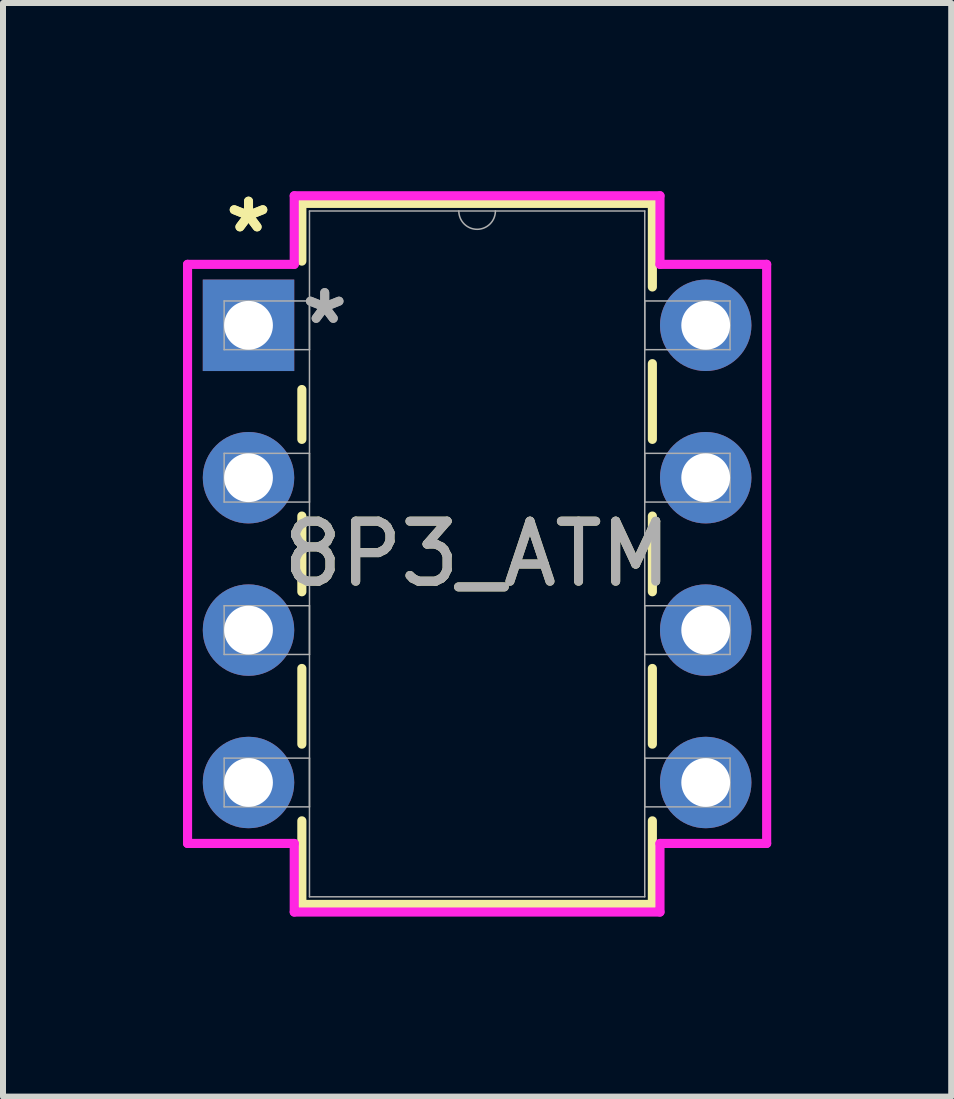
<source format=kicad_pcb>
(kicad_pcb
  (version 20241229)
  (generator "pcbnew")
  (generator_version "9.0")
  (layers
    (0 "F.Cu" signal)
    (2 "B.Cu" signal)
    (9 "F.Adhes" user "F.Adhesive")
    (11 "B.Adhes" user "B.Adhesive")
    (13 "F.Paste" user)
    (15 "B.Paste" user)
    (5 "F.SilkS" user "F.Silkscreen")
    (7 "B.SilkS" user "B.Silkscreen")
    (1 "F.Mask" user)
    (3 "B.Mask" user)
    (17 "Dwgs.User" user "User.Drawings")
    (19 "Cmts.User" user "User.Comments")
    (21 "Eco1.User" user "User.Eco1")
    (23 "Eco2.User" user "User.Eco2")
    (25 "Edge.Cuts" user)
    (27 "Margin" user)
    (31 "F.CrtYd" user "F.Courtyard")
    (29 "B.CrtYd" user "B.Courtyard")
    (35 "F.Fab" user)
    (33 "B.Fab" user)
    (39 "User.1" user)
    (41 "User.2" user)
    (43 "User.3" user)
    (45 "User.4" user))
  (footprint "8P3_ATM"
    (layer "F.Cu")
    (at 1.092 2.372)
    (property "Reference" "8P3_ATM" (at 3.81 3.81 0) (unlocked yes) (layer "F.SilkS") (effects (font (size 1 1) (thickness 0.15))))
    (attr through_hole)
    (fp_line (start 0.889 -2.032) (end 0.889 -1.07) (stroke (width 0.152) (type solid)) (layer "F.SilkS"))
    (fp_line (start 0.889 1.07) (end 0.889 1.901) (stroke (width 0.152) (type solid)) (layer "F.SilkS"))
    (fp_line (start 0.889 3.179) (end 0.889 4.441) (stroke (width 0.152) (type solid)) (layer "F.SilkS"))
    (fp_line (start 0.889 5.719) (end 0.889 6.981) (stroke (width 0.152) (type solid)) (layer "F.SilkS"))
    (fp_line (start 0.889 8.259) (end 0.889 9.652) (stroke (width 0.152) (type solid)) (layer "F.SilkS"))
    (fp_line (start 0.889 9.652) (end 6.731 9.652) (stroke (width 0.152) (type solid)) (layer "F.SilkS"))
    (fp_line (start 6.731 -2.032) (end 0.889 -2.032) (stroke (width 0.152) (type solid)) (layer "F.SilkS"))
    (fp_line (start 6.731 -0.639) (end 6.731 -2.032) (stroke (width 0.152) (type solid)) (layer "F.SilkS"))
    (fp_line (start 6.731 1.901) (end 6.731 0.639) (stroke (width 0.152) (type solid)) (layer "F.SilkS"))
    (fp_line (start 6.731 4.441) (end 6.731 3.179) (stroke (width 0.152) (type solid)) (layer "F.SilkS"))
    (fp_line (start 6.731 6.981) (end 6.731 5.719) (stroke (width 0.152) (type solid)) (layer "F.SilkS"))
    (fp_line (start 6.731 9.652) (end 6.731 8.259) (stroke (width 0.152) (type solid)) (layer "F.SilkS"))
    (fp_line (start -1.016 -1.016) (end 0.762 -1.016) (stroke (width 0.152) (type solid)) (layer "F.CrtYd"))
    (fp_line (start -1.016 8.636) (end -1.016 -1.016) (stroke (width 0.152) (type solid)) (layer "F.CrtYd"))
    (fp_line (start 0.762 -2.159) (end 6.858 -2.159) (stroke (width 0.152) (type solid)) (layer "F.CrtYd"))
    (fp_line (start 0.762 -1.016) (end 0.762 -2.159) (stroke (width 0.152) (type solid)) (layer "F.CrtYd"))
    (fp_line (start 0.762 8.636) (end -1.016 8.636) (stroke (width 0.152) (type solid)) (layer "F.CrtYd"))
    (fp_line (start 0.762 9.779) (end 0.762 8.636) (stroke (width 0.152) (type solid)) (layer "F.CrtYd"))
    (fp_line (start 6.858 -2.159) (end 6.858 -1.016) (stroke (width 0.152) (type solid)) (layer "F.CrtYd"))
    (fp_line (start 6.858 8.636) (end 6.858 9.779) (stroke (width 0.152) (type solid)) (layer "F.CrtYd"))
    (fp_line (start 6.858 9.779) (end 0.762 9.779) (stroke (width 0.152) (type solid)) (layer "F.CrtYd"))
    (fp_line (start 8.636 -1.016) (end 6.858 -1.016) (stroke (width 0.152) (type solid)) (layer "F.CrtYd"))
    (fp_line (start 8.636 -1.016) (end 8.636 8.636) (stroke (width 0.152) (type solid)) (layer "F.CrtYd"))
    (fp_line (start 8.636 8.636) (end 6.858 8.636) (stroke (width 0.152) (type solid)) (layer "F.CrtYd"))
    (fp_line (start -0.406 -0.406) (end -0.406 0.406) (stroke (width 0.025) (type solid)) (layer "F.Fab"))
    (fp_line (start -0.406 0.406) (end 1.016 0.406) (stroke (width 0.025) (type solid)) (layer "F.Fab"))
    (fp_line (start -0.406 2.134) (end -0.406 2.946) (stroke (width 0.025) (type solid)) (layer "F.Fab"))
    (fp_line (start -0.406 2.946) (end 1.016 2.946) (stroke (width 0.025) (type solid)) (layer "F.Fab"))
    (fp_line (start -0.406 4.674) (end -0.406 5.486) (stroke (width 0.025) (type solid)) (layer "F.Fab"))
    (fp_line (start -0.406 5.486) (end 1.016 5.486) (stroke (width 0.025) (type solid)) (layer "F.Fab"))
    (fp_line (start -0.406 7.214) (end -0.406 8.026) (stroke (width 0.025) (type solid)) (layer "F.Fab"))
    (fp_line (start -0.406 8.026) (end 1.016 8.026) (stroke (width 0.025) (type solid)) (layer "F.Fab"))
    (fp_line (start 1.016 -1.905) (end 1.016 9.525) (stroke (width 0.025) (type solid)) (layer "F.Fab"))
    (fp_line (start 1.016 -0.406) (end -0.406 -0.406) (stroke (width 0.025) (type solid)) (layer "F.Fab"))
    (fp_line (start 1.016 0.406) (end 1.016 -0.406) (stroke (width 0.025) (type solid)) (layer "F.Fab"))
    (fp_line (start 1.016 2.134) (end -0.406 2.134) (stroke (width 0.025) (type solid)) (layer "F.Fab"))
    (fp_line (start 1.016 2.946) (end 1.016 2.134) (stroke (width 0.025) (type solid)) (layer "F.Fab"))
    (fp_line (start 1.016 4.674) (end -0.406 4.674) (stroke (width 0.025) (type solid)) (layer "F.Fab"))
    (fp_line (start 1.016 5.486) (end 1.016 4.674) (stroke (width 0.025) (type solid)) (layer "F.Fab"))
    (fp_line (start 1.016 7.214) (end -0.406 7.214) (stroke (width 0.025) (type solid)) (layer "F.Fab"))
    (fp_line (start 1.016 8.026) (end 1.016 7.214) (stroke (width 0.025) (type solid)) (layer "F.Fab"))
    (fp_line (start 1.016 9.525) (end 6.604 9.525) (stroke (width 0.025) (type solid)) (layer "F.Fab"))
    (fp_line (start 6.604 -1.905) (end 1.016 -1.905) (stroke (width 0.025) (type solid)) (layer "F.Fab"))
    (fp_line (start 6.604 -0.406) (end 6.604 0.406) (stroke (width 0.025) (type solid)) (layer "F.Fab"))
    (fp_line (start 6.604 0.406) (end 8.026 0.406) (stroke (width 0.025) (type solid)) (layer "F.Fab"))
    (fp_line (start 6.604 2.134) (end 6.604 2.946) (stroke (width 0.025) (type solid)) (layer "F.Fab"))
    (fp_line (start 6.604 2.946) (end 8.026 2.946) (stroke (width 0.025) (type solid)) (layer "F.Fab"))
    (fp_line (start 6.604 4.674) (end 6.604 5.486) (stroke (width 0.025) (type solid)) (layer "F.Fab"))
    (fp_line (start 6.604 5.486) (end 8.026 5.486) (stroke (width 0.025) (type solid)) (layer "F.Fab"))
    (fp_line (start 6.604 7.214) (end 6.604 8.026) (stroke (width 0.025) (type solid)) (layer "F.Fab"))
    (fp_line (start 6.604 8.026) (end 8.026 8.026) (stroke (width 0.025) (type solid)) (layer "F.Fab"))
    (fp_line (start 6.604 9.525) (end 6.604 -1.905) (stroke (width 0.025) (type solid)) (layer "F.Fab"))
    (fp_line (start 8.026 -0.406) (end 6.604 -0.406) (stroke (width 0.025) (type solid)) (layer "F.Fab"))
    (fp_line (start 8.026 0.406) (end 8.026 -0.406) (stroke (width 0.025) (type solid)) (layer "F.Fab"))
    (fp_line (start 8.026 2.134) (end 6.604 2.134) (stroke (width 0.025) (type solid)) (layer "F.Fab"))
    (fp_line (start 8.026 2.946) (end 8.026 2.134) (stroke (width 0.025) (type solid)) (layer "F.Fab"))
    (fp_line (start 8.026 4.674) (end 6.604 4.674) (stroke (width 0.025) (type solid)) (layer "F.Fab"))
    (fp_line (start 8.026 5.486) (end 8.026 4.674) (stroke (width 0.025) (type solid)) (layer "F.Fab"))
    (fp_line (start 8.026 7.214) (end 6.604 7.214) (stroke (width 0.025) (type solid)) (layer "F.Fab"))
    (fp_line (start 8.026 8.026) (end 8.026 7.214) (stroke (width 0.025) (type solid)) (layer "F.Fab"))
    (fp_arc (start 4.1148 -1.905) (mid 3.81 -1.6002) (end 3.5052 -1.905) (stroke (width 0.0254) (type solid)) (layer "F.Fab"))
    (fp_text user "*" (at 0 -1.524 0) (layer "F.SilkS") (effects (font (size 1 1) (thickness 0.15))))
    (fp_text user "*" (at 0 -1.524 0) (unlocked yes) (layer "F.SilkS") (effects (font (size 1 1) (thickness 0.15))))
    (fp_text user "*" (at 1.27 0 0) (layer "F.Fab") (effects (font (size 1 1) (thickness 0.15))))
    (fp_text user "${REFERENCE}" (at 3.81 3.81 0) (unlocked yes) (layer "F.Fab") (effects (font (size 1 1) (thickness 0.15))))
    (fp_text user "*" (at 1.27 0 0) (unlocked yes) (layer "F.Fab") (effects (font (size 1 1) (thickness 0.15))))
    (pad "1" thru_hole rect (at 0 0) (size 1.524 1.524) (drill 0.813) (layers "*.Cu" "*.Mask"))
    (pad "2" thru_hole circle (at 0 2.54) (size 1.524 1.524) (drill 0.813) (layers "*.Cu" "*.Mask"))
    (pad "3" thru_hole circle (at 0 5.08) (size 1.524 1.524) (drill 0.813) (layers "*.Cu" "*.Mask"))
    (pad "4" thru_hole circle (at 0 7.62) (size 1.524 1.524) (drill 0.813) (layers "*.Cu" "*.Mask"))
    (pad "5" thru_hole circle (at 7.62 7.62) (size 1.524 1.524) (drill 0.813) (layers "*.Cu" "*.Mask"))
    (pad "6" thru_hole circle (at 7.62 5.08) (size 1.524 1.524) (drill 0.813) (layers "*.Cu" "*.Mask"))
    (pad "7" thru_hole circle (at 7.62 2.54) (size 1.524 1.524) (drill 0.813) (layers "*.Cu" "*.Mask"))
    (pad "8" thru_hole circle (at 7.62 0) (size 1.524 1.524) (drill 0.813) (layers "*.Cu" "*.Mask")))
  (gr_rect
    (start -3 -3)
    (end 12.804 15.227)
    (stroke (width 0.1) (type default))
    (fill no)
    (layer "Edge.Cuts")))
</source>
